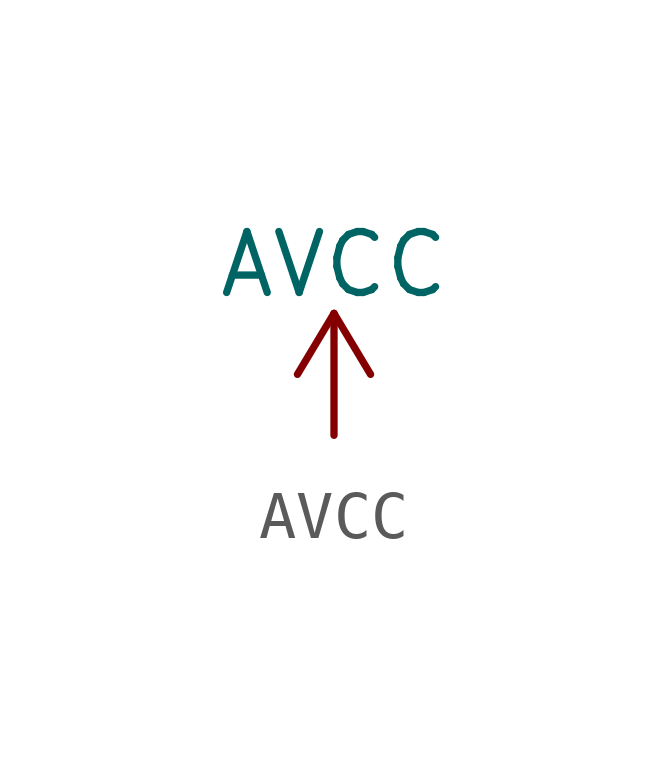
<source format=kicad_sym>
(kicad_symbol_lib
  (version 20211014)
  (generator kicad_symbol_editor)
  (symbol "AVCC"
    (power)
    (pin_names
      (offset 0))
    (property "Reference" "#PWR"
      (at 0 -3.81 0)
      (effects (font (size 1.27 1.27)) hide))
    (property "Value" "AVCC"
      (at 0 3.556 0)
      (effects (font (size 1.27 1.27))))
    (symbol "AVCC_0_1"
      (polyline (pts (xy -0.762 1.27) (xy 0 2.54)) (stroke (width 0) (type default) (color 0 0 0 0)) (fill (type none)))
      (polyline (pts (xy 0 0) (xy 0 2.54)) (stroke (width 0) (type default) (color 0 0 0 0)) (fill (type none)))
      (polyline (pts (xy 0 2.54) (xy 0.762 1.27)) (stroke (width 0) (type default) (color 0 0 0 0)) (fill (type none))))
    (symbol "AVCC_1_1"
      (pin power_in line (at 0 0 90) (length 0) hide (name "AVCC" (effects (font (size 1.27 1.27)))) (number "1" (effects (font (size 1.27 1.27))))))))
</source>
